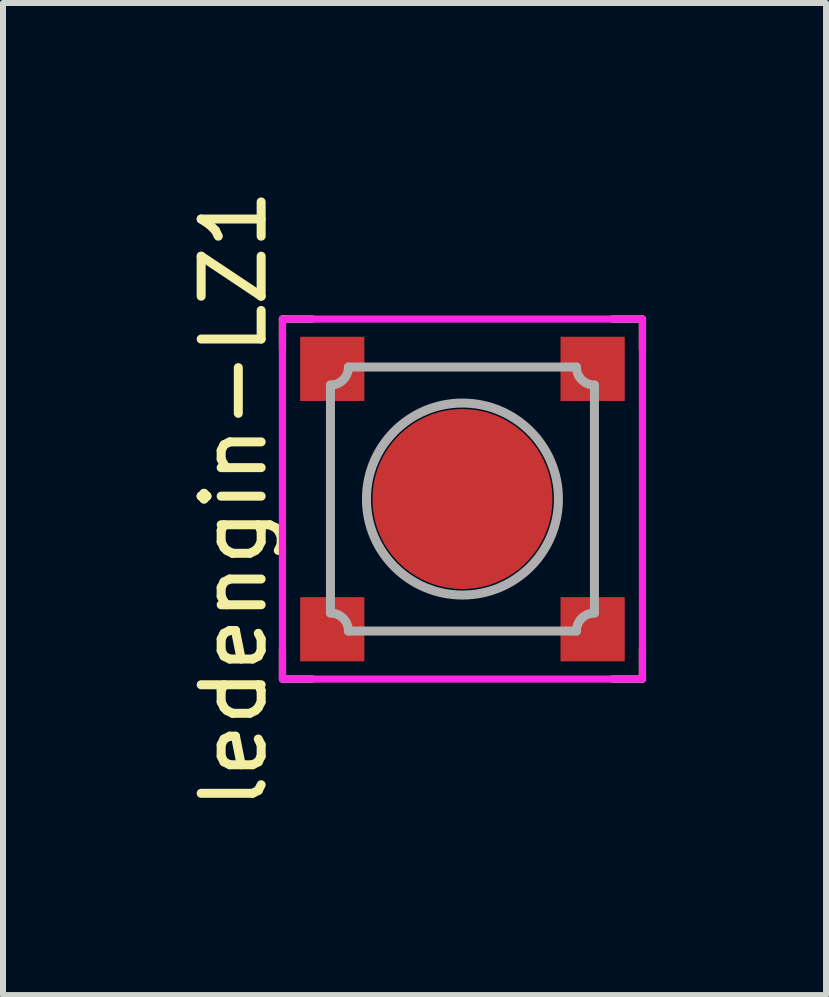
<source format=kicad_pcb>
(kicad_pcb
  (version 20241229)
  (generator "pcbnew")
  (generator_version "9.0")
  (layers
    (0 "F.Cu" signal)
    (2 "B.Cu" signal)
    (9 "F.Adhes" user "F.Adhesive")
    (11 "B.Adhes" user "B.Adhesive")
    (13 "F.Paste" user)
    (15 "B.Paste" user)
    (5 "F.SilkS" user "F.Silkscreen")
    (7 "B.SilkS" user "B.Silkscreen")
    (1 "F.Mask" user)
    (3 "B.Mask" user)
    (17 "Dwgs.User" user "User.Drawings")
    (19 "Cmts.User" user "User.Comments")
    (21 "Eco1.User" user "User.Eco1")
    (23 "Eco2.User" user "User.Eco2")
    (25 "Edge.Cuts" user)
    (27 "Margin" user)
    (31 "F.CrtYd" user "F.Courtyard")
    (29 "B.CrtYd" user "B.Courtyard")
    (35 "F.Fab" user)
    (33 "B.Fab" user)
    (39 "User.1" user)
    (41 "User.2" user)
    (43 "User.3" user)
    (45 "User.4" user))
  (footprint "ledengin-LZ1"
    (layer "F.Cu")
    (at 4.658 5.268)
    (property "Reference" "ledengin-LZ1" (at -3.81 0 90) (layer "F.SilkS") (effects (font (size 1 1) (thickness 0.15))))
    (attr through_hole)
    (fp_line (start -3 -3) (end -3 -2.5) (stroke (width 0.12) (type solid)) (layer "F.SilkS"))
    (fp_line (start -3 -3) (end -2.5 -3) (stroke (width 0.12) (type solid)) (layer "F.SilkS"))
    (fp_line (start -3 3) (end -3 2.5) (stroke (width 0.12) (type solid)) (layer "F.SilkS"))
    (fp_line (start -3 3) (end -2.5 3) (stroke (width 0.12) (type solid)) (layer "F.SilkS"))
    (fp_line (start 3 -3) (end 2.5 -3) (stroke (width 0.12) (type solid)) (layer "F.SilkS"))
    (fp_line (start 3 -3) (end 3 -2.5) (stroke (width 0.12) (type solid)) (layer "F.SilkS"))
    (fp_line (start 3 3) (end 2.5 3) (stroke (width 0.12) (type solid)) (layer "F.SilkS"))
    (fp_line (start 3 3) (end 3 2.5) (stroke (width 0.12) (type solid)) (layer "F.SilkS"))
    (fp_line (start -3 -3) (end 3 -3) (stroke (width 0.12) (type solid)) (layer "F.CrtYd"))
    (fp_line (start -3 3) (end -3 -3) (stroke (width 0.12) (type solid)) (layer "F.CrtYd"))
    (fp_line (start 3 -3) (end 3 3) (stroke (width 0.12) (type solid)) (layer "F.CrtYd"))
    (fp_line (start 3 3) (end -3 3) (stroke (width 0.12) (type solid)) (layer "F.CrtYd"))
    (fp_line (start -2.2 1.9) (end -2.2 -1.9) (stroke (width 0.15) (type solid)) (layer "F.Fab"))
    (fp_line (start -1.9 -2.2) (end 1.9 -2.2) (stroke (width 0.15) (type solid)) (layer "F.Fab"))
    (fp_line (start -1.9 2.2) (end 1.9 2.2) (stroke (width 0.15) (type solid)) (layer "F.Fab"))
    (fp_line (start 2.2 -1.9) (end 2.2 1.9) (stroke (width 0.15) (type solid)) (layer "F.Fab"))
    (fp_arc (start -2.2 1.9) (mid -1.987868 1.987868) (end -1.9 2.2) (stroke (width 0.15) (type solid)) (layer "F.Fab"))
    (fp_arc (start -1.9 -2.2) (mid -1.987868 -1.987868) (end -2.2 -1.9) (stroke (width 0.15) (type solid)) (layer "F.Fab"))
    (fp_arc (start 1.9 2.2) (mid 1.987868 1.987868) (end 2.2 1.9) (stroke (width 0.15) (type solid)) (layer "F.Fab"))
    (fp_arc (start 2.2 -1.9) (mid 1.987868 -1.987868) (end 1.9 -2.2) (stroke (width 0.15) (type solid)) (layer "F.Fab"))
    (fp_circle (center 0 0) (end 0 1.6) (stroke (width 0.15) (type solid)) (fill no) (layer "F.Fab"))
    (pad "1" smd rect (at -2.17 -2.17) (size 1.07 1.07) (layers "F.Cu" "F.Mask" "F.Paste"))
    (pad "2" smd rect (at 2.17 -2.17) (size 1.07 1.07) (layers "F.Cu" "F.Mask" "F.Paste"))
    (pad "3" smd rect (at 2.17 2.17) (size 1.07 1.07) (layers "F.Cu" "F.Mask" "F.Paste"))
    (pad "4" smd rect (at -2.17 2.17) (size 1.07 1.07) (layers "F.Cu" "F.Mask" "F.Paste"))
    (pad "5" smd circle (at 0 0) (size 3 3) (layers "F.Cu" "F.Mask" "F.Paste")))
  (gr_rect
    (start -3 -3)
    (end 10.718 13.536)
    (stroke (width 0.1) (type default))
    (fill no)
    (layer "Edge.Cuts")))
</source>
